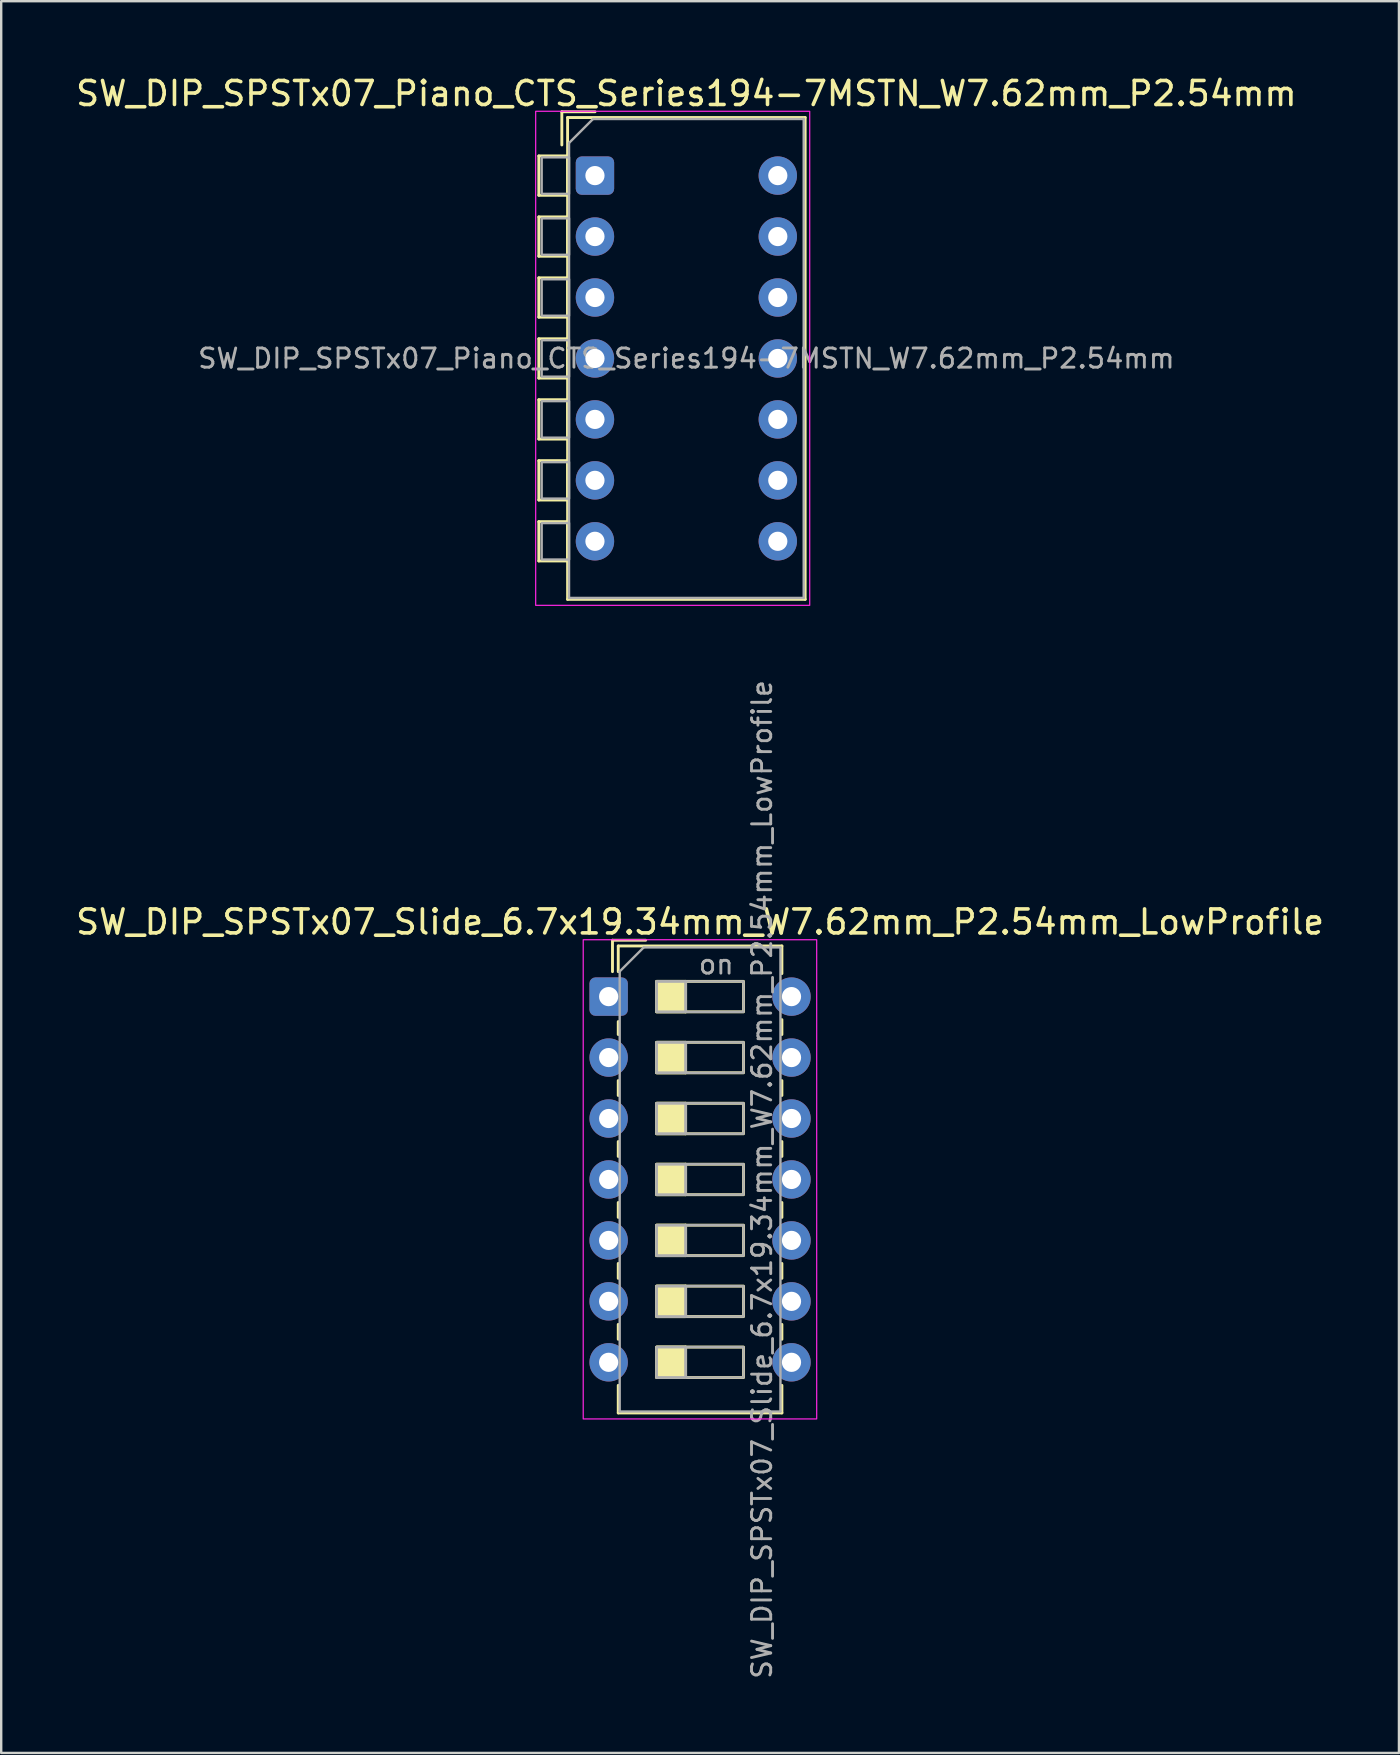
<source format=kicad_pcb>
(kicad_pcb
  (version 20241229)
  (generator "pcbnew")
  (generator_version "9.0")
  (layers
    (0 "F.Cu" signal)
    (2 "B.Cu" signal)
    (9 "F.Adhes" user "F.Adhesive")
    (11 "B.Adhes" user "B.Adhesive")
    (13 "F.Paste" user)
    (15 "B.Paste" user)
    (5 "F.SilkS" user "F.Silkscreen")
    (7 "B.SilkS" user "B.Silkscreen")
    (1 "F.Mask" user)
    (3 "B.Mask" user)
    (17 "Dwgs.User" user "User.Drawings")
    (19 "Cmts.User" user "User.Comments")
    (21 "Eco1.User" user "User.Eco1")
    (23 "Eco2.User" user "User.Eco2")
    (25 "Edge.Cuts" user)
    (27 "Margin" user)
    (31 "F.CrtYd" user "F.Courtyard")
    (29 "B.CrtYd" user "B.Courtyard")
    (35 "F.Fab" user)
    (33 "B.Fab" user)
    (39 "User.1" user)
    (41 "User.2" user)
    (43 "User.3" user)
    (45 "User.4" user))
  (footprint "SW_DIP_SPSTx07_Slide_6.7x19.34mm_W7.62mm_P2.54mm_LowProfile"
    (layer "F.Cu")
    (at 22.315 38.483)
    (property "Reference" "SW_DIP_SPSTx07_Slide_6.7x19.34mm_W7.62mm_P2.54mm_LowProfile" (at 3.81 -3.11 0) (layer "F.SilkS") (effects (font (size 1 1) (thickness 0.15))))
    (attr through_hole)
    (fp_line (start 0.16 -2.35) (end 0.16 -1.04) (stroke (width 0.12) (type solid)) (layer "F.SilkS"))
    (fp_line (start 0.16 -2.35) (end 1.543 -2.35) (stroke (width 0.12) (type solid)) (layer "F.SilkS"))
    (fp_line (start 0.4 -2.11) (end 0.4 -1.04) (stroke (width 0.12) (type solid)) (layer "F.SilkS"))
    (fp_line (start 0.4 -2.11) (end 7.22 -2.11) (stroke (width 0.12) (type solid)) (layer "F.SilkS"))
    (fp_line (start 0.4 1.04) (end 0.4 1.58) (stroke (width 0.12) (type solid)) (layer "F.SilkS"))
    (fp_line (start 0.4 3.5) (end 0.4 4.12) (stroke (width 0.12) (type solid)) (layer "F.SilkS"))
    (fp_line (start 0.4 6.04) (end 0.4 6.66) (stroke (width 0.12) (type solid)) (layer "F.SilkS"))
    (fp_line (start 0.4 8.58) (end 0.4 9.2) (stroke (width 0.12) (type solid)) (layer "F.SilkS"))
    (fp_line (start 0.4 11.12) (end 0.4 11.74) (stroke (width 0.12) (type solid)) (layer "F.SilkS"))
    (fp_line (start 0.4 13.66) (end 0.4 14.28) (stroke (width 0.12) (type solid)) (layer "F.SilkS"))
    (fp_line (start 0.4 16.2) (end 0.4 17.35) (stroke (width 0.12) (type solid)) (layer "F.SilkS"))
    (fp_line (start 0.4 17.35) (end 7.22 17.35) (stroke (width 0.12) (type solid)) (layer "F.SilkS"))
    (fp_line (start 3.207 -0.635) (end 3.207 0.635) (stroke (width 0.12) (type solid)) (layer "F.SilkS"))
    (fp_line (start 3.207 1.905) (end 3.207 3.175) (stroke (width 0.12) (type solid)) (layer "F.SilkS"))
    (fp_line (start 3.207 4.445) (end 3.207 5.715) (stroke (width 0.12) (type solid)) (layer "F.SilkS"))
    (fp_line (start 3.207 6.985) (end 3.207 8.255) (stroke (width 0.12) (type solid)) (layer "F.SilkS"))
    (fp_line (start 3.207 9.525) (end 3.207 10.795) (stroke (width 0.12) (type solid)) (layer "F.SilkS"))
    (fp_line (start 3.207 12.065) (end 3.207 13.335) (stroke (width 0.12) (type solid)) (layer "F.SilkS"))
    (fp_line (start 3.207 14.605) (end 3.207 15.875) (stroke (width 0.12) (type solid)) (layer "F.SilkS"))
    (fp_line (start 7.22 -2.11) (end 7.22 -0.96) (stroke (width 0.12) (type solid)) (layer "F.SilkS"))
    (fp_line (start 7.22 0.96) (end 7.22 1.58) (stroke (width 0.12) (type solid)) (layer "F.SilkS"))
    (fp_line (start 7.22 3.5) (end 7.22 4.12) (stroke (width 0.12) (type solid)) (layer "F.SilkS"))
    (fp_line (start 7.22 6.04) (end 7.22 6.66) (stroke (width 0.12) (type solid)) (layer "F.SilkS"))
    (fp_line (start 7.22 8.58) (end 7.22 9.2) (stroke (width 0.12) (type solid)) (layer "F.SilkS"))
    (fp_line (start 7.22 11.12) (end 7.22 11.74) (stroke (width 0.12) (type solid)) (layer "F.SilkS"))
    (fp_line (start 7.22 13.66) (end 7.22 14.28) (stroke (width 0.12) (type solid)) (layer "F.SilkS"))
    (fp_line (start 7.22 16.2) (end 7.22 17.35) (stroke (width 0.12) (type solid)) (layer "F.SilkS"))
    (fp_rect (start 2 -0.635) (end 3.207 0.635) (stroke (width 0.12) (type solid)) (fill yes) (layer "F.SilkS"))
    (fp_rect (start 2 -0.635) (end 5.62 0.635) (stroke (width 0.12) (type solid)) (fill no) (layer "F.SilkS"))
    (fp_rect (start 2 1.905) (end 3.207 3.175) (stroke (width 0.12) (type solid)) (fill yes) (layer "F.SilkS"))
    (fp_rect (start 2 1.905) (end 5.62 3.175) (stroke (width 0.12) (type solid)) (fill no) (layer "F.SilkS"))
    (fp_rect (start 2 4.445) (end 3.207 5.715) (stroke (width 0.12) (type solid)) (fill yes) (layer "F.SilkS"))
    (fp_rect (start 2 4.445) (end 5.62 5.715) (stroke (width 0.12) (type solid)) (fill no) (layer "F.SilkS"))
    (fp_rect (start 2 6.985) (end 3.207 8.255) (stroke (width 0.12) (type solid)) (fill yes) (layer "F.SilkS"))
    (fp_rect (start 2 6.985) (end 5.62 8.255) (stroke (width 0.12) (type solid)) (fill no) (layer "F.SilkS"))
    (fp_rect (start 2 9.525) (end 3.207 10.795) (stroke (width 0.12) (type solid)) (fill yes) (layer "F.SilkS"))
    (fp_rect (start 2 9.525) (end 5.62 10.795) (stroke (width 0.12) (type solid)) (fill no) (layer "F.SilkS"))
    (fp_rect (start 2 12.065) (end 3.207 13.335) (stroke (width 0.12) (type solid)) (fill yes) (layer "F.SilkS"))
    (fp_rect (start 2 12.065) (end 5.62 13.335) (stroke (width 0.12) (type solid)) (fill no) (layer "F.SilkS"))
    (fp_rect (start 2 14.605) (end 3.207 15.875) (stroke (width 0.12) (type solid)) (fill yes) (layer "F.SilkS"))
    (fp_rect (start 2 14.605) (end 5.62 15.875) (stroke (width 0.12) (type solid)) (fill no) (layer "F.SilkS"))
    (fp_rect (start -1.06 -2.37) (end 8.67 17.6) (stroke (width 0.05) (type solid)) (fill no) (layer "F.CrtYd"))
    (fp_line (start 0.46 -1.05) (end 1.46 -2.05) (stroke (width 0.1) (type solid)) (layer "F.Fab"))
    (fp_line (start 0.46 17.29) (end 0.46 -1.05) (stroke (width 0.1) (type solid)) (layer "F.Fab"))
    (fp_line (start 1.46 -2.05) (end 7.16 -2.05) (stroke (width 0.1) (type solid)) (layer "F.Fab"))
    (fp_line (start 3.207 -0.635) (end 3.207 0.635) (stroke (width 0.1) (type solid)) (layer "F.Fab"))
    (fp_line (start 3.207 1.905) (end 3.207 3.175) (stroke (width 0.1) (type solid)) (layer "F.Fab"))
    (fp_line (start 3.207 4.445) (end 3.207 5.715) (stroke (width 0.1) (type solid)) (layer "F.Fab"))
    (fp_line (start 3.207 6.985) (end 3.207 8.255) (stroke (width 0.1) (type solid)) (layer "F.Fab"))
    (fp_line (start 3.207 9.525) (end 3.207 10.795) (stroke (width 0.1) (type solid)) (layer "F.Fab"))
    (fp_line (start 3.207 12.065) (end 3.207 13.335) (stroke (width 0.1) (type solid)) (layer "F.Fab"))
    (fp_line (start 3.207 14.605) (end 3.207 15.875) (stroke (width 0.1) (type solid)) (layer "F.Fab"))
    (fp_line (start 7.16 -2.05) (end 7.16 17.29) (stroke (width 0.1) (type solid)) (layer "F.Fab"))
    (fp_line (start 7.16 17.29) (end 0.46 17.29) (stroke (width 0.1) (type solid)) (layer "F.Fab"))
    (fp_rect (start 2 -0.635) (end 3.207 0.635) (stroke (width 0.1) (type solid)) (fill no) (layer "F.Fab"))
    (fp_rect (start 2 -0.635) (end 5.62 0.635) (stroke (width 0.1) (type solid)) (fill no) (layer "F.Fab"))
    (fp_rect (start 2 1.905) (end 3.207 3.175) (stroke (width 0.1) (type solid)) (fill no) (layer "F.Fab"))
    (fp_rect (start 2 1.905) (end 5.62 3.175) (stroke (width 0.1) (type solid)) (fill no) (layer "F.Fab"))
    (fp_rect (start 2 4.445) (end 3.207 5.715) (stroke (width 0.1) (type solid)) (fill no) (layer "F.Fab"))
    (fp_rect (start 2 4.445) (end 5.62 5.715) (stroke (width 0.1) (type solid)) (fill no) (layer "F.Fab"))
    (fp_rect (start 2 6.985) (end 3.207 8.255) (stroke (width 0.1) (type solid)) (fill no) (layer "F.Fab"))
    (fp_rect (start 2 6.985) (end 5.62 8.255) (stroke (width 0.1) (type solid)) (fill no) (layer "F.Fab"))
    (fp_rect (start 2 9.525) (end 3.207 10.795) (stroke (width 0.1) (type solid)) (fill no) (layer "F.Fab"))
    (fp_rect (start 2 9.525) (end 5.62 10.795) (stroke (width 0.1) (type solid)) (fill no) (layer "F.Fab"))
    (fp_rect (start 2 12.065) (end 3.207 13.335) (stroke (width 0.1) (type solid)) (fill no) (layer "F.Fab"))
    (fp_rect (start 2 12.065) (end 5.62 13.335) (stroke (width 0.1) (type solid)) (fill no) (layer "F.Fab"))
    (fp_rect (start 2 14.605) (end 3.207 15.875) (stroke (width 0.1) (type solid)) (fill no) (layer "F.Fab"))
    (fp_rect (start 2 14.605) (end 5.62 15.875) (stroke (width 0.1) (type solid)) (fill no) (layer "F.Fab"))
    (fp_text user "on" (at 4.485 -1.343 0) (layer "F.Fab") (effects (font (size 0.8 0.8) (thickness 0.12))))
    (fp_text user "${REFERENCE}" (at 6.39 7.62 90) (layer "F.Fab") (effects (font (size 0.8 0.8) (thickness 0.12))))
    (pad "1" thru_hole roundrect (at 0 0) (size 1.6 1.6) (drill 0.8) (layers "*.Cu" "*.Mask") (roundrect_rratio 0.156))
    (pad "2" thru_hole circle (at 0 2.54) (size 1.6 1.6) (drill 0.8) (layers "*.Cu" "*.Mask"))
    (pad "3" thru_hole circle (at 0 5.08) (size 1.6 1.6) (drill 0.8) (layers "*.Cu" "*.Mask"))
    (pad "4" thru_hole circle (at 0 7.62) (size 1.6 1.6) (drill 0.8) (layers "*.Cu" "*.Mask"))
    (pad "5" thru_hole circle (at 0 10.16) (size 1.6 1.6) (drill 0.8) (layers "*.Cu" "*.Mask"))
    (pad "6" thru_hole circle (at 0 12.7) (size 1.6 1.6) (drill 0.8) (layers "*.Cu" "*.Mask"))
    (pad "7" thru_hole circle (at 0 15.24) (size 1.6 1.6) (drill 0.8) (layers "*.Cu" "*.Mask"))
    (pad "8" thru_hole circle (at 7.62 15.24) (size 1.6 1.6) (drill 0.8) (layers "*.Cu" "*.Mask"))
    (pad "9" thru_hole circle (at 7.62 12.7) (size 1.6 1.6) (drill 0.8) (layers "*.Cu" "*.Mask"))
    (pad "10" thru_hole circle (at 7.62 10.16) (size 1.6 1.6) (drill 0.8) (layers "*.Cu" "*.Mask"))
    (pad "11" thru_hole circle (at 7.62 7.62) (size 1.6 1.6) (drill 0.8) (layers "*.Cu" "*.Mask"))
    (pad "12" thru_hole circle (at 7.62 5.08) (size 1.6 1.6) (drill 0.8) (layers "*.Cu" "*.Mask"))
    (pad "13" thru_hole circle (at 7.62 2.54) (size 1.6 1.6) (drill 0.8) (layers "*.Cu" "*.Mask"))
    (pad "14" thru_hole circle (at 7.62 0) (size 1.6 1.6) (drill 0.8) (layers "*.Cu" "*.Mask")))
  (footprint "SW_DIP_SPSTx07_Piano_CTS_Series194-7MSTN_W7.62mm_P2.54mm"
    (layer "F.Cu")
    (at 21.744 4.268)
    (property "Reference" "SW_DIP_SPSTx07_Piano_CTS_Series194-7MSTN_W7.62mm_P2.54mm" (at 3.81 -3.42 0) (layer "F.SilkS") (effects (font (size 1 1) (thickness 0.15))))
    (attr through_hole)
    (fp_line (start -2.34 -0.82) (end -1.14 -0.82) (stroke (width 0.12) (type solid)) (layer "F.SilkS"))
    (fp_line (start -2.34 0.82) (end -2.34 -0.82) (stroke (width 0.12) (type solid)) (layer "F.SilkS"))
    (fp_line (start -2.34 1.72) (end -1.14 1.72) (stroke (width 0.12) (type solid)) (layer "F.SilkS"))
    (fp_line (start -2.34 3.36) (end -2.34 1.72) (stroke (width 0.12) (type solid)) (layer "F.SilkS"))
    (fp_line (start -2.34 4.26) (end -1.14 4.26) (stroke (width 0.12) (type solid)) (layer "F.SilkS"))
    (fp_line (start -2.34 5.9) (end -2.34 4.26) (stroke (width 0.12) (type solid)) (layer "F.SilkS"))
    (fp_line (start -2.34 6.8) (end -1.14 6.8) (stroke (width 0.12) (type solid)) (layer "F.SilkS"))
    (fp_line (start -2.34 8.44) (end -2.34 6.8) (stroke (width 0.12) (type solid)) (layer "F.SilkS"))
    (fp_line (start -2.34 9.34) (end -1.14 9.34) (stroke (width 0.12) (type solid)) (layer "F.SilkS"))
    (fp_line (start -2.34 10.98) (end -2.34 9.34) (stroke (width 0.12) (type solid)) (layer "F.SilkS"))
    (fp_line (start -2.34 11.88) (end -1.14 11.88) (stroke (width 0.12) (type solid)) (layer "F.SilkS"))
    (fp_line (start -2.34 13.52) (end -2.34 11.88) (stroke (width 0.12) (type solid)) (layer "F.SilkS"))
    (fp_line (start -2.34 14.42) (end -1.14 14.42) (stroke (width 0.12) (type solid)) (layer "F.SilkS"))
    (fp_line (start -2.34 16.06) (end -2.34 14.42) (stroke (width 0.12) (type solid)) (layer "F.SilkS"))
    (fp_line (start -1.38 -2.66) (end -1.38 -1.277) (stroke (width 0.12) (type solid)) (layer "F.SilkS"))
    (fp_line (start -1.38 -2.66) (end 0.003 -2.66) (stroke (width 0.12) (type solid)) (layer "F.SilkS"))
    (fp_line (start -1.14 -2.42) (end -1.14 17.66) (stroke (width 0.12) (type solid)) (layer "F.SilkS"))
    (fp_line (start -1.14 -2.42) (end 8.76 -2.42) (stroke (width 0.12) (type solid)) (layer "F.SilkS"))
    (fp_line (start -1.14 -0.82) (end -1.14 0.82) (stroke (width 0.12) (type solid)) (layer "F.SilkS"))
    (fp_line (start -1.14 0.82) (end -2.34 0.82) (stroke (width 0.12) (type solid)) (layer "F.SilkS"))
    (fp_line (start -1.14 1.72) (end -1.14 3.36) (stroke (width 0.12) (type solid)) (layer "F.SilkS"))
    (fp_line (start -1.14 3.36) (end -2.34 3.36) (stroke (width 0.12) (type solid)) (layer "F.SilkS"))
    (fp_line (start -1.14 4.26) (end -1.14 5.9) (stroke (width 0.12) (type solid)) (layer "F.SilkS"))
    (fp_line (start -1.14 5.9) (end -2.34 5.9) (stroke (width 0.12) (type solid)) (layer "F.SilkS"))
    (fp_line (start -1.14 6.8) (end -1.14 8.44) (stroke (width 0.12) (type solid)) (layer "F.SilkS"))
    (fp_line (start -1.14 8.44) (end -2.34 8.44) (stroke (width 0.12) (type solid)) (layer "F.SilkS"))
    (fp_line (start -1.14 9.34) (end -1.14 10.98) (stroke (width 0.12) (type solid)) (layer "F.SilkS"))
    (fp_line (start -1.14 10.98) (end -2.34 10.98) (stroke (width 0.12) (type solid)) (layer "F.SilkS"))
    (fp_line (start -1.14 11.88) (end -1.14 13.52) (stroke (width 0.12) (type solid)) (layer "F.SilkS"))
    (fp_line (start -1.14 13.52) (end -2.34 13.52) (stroke (width 0.12) (type solid)) (layer "F.SilkS"))
    (fp_line (start -1.14 14.42) (end -1.14 16.06) (stroke (width 0.12) (type solid)) (layer "F.SilkS"))
    (fp_line (start -1.14 16.06) (end -2.34 16.06) (stroke (width 0.12) (type solid)) (layer "F.SilkS"))
    (fp_line (start -1.14 17.66) (end 8.76 17.66) (stroke (width 0.12) (type solid)) (layer "F.SilkS"))
    (fp_line (start 8.76 -2.42) (end 8.76 17.66) (stroke (width 0.12) (type solid)) (layer "F.SilkS"))
    (fp_rect (start -2.47 -2.68) (end 8.95 17.91) (stroke (width 0.05) (type solid)) (fill no) (layer "F.CrtYd"))
    (fp_line (start -1.08 -1.36) (end -0.08 -2.36) (stroke (width 0.1) (type solid)) (layer "F.Fab"))
    (fp_line (start -1.08 17.6) (end -1.08 -1.36) (stroke (width 0.1) (type solid)) (layer "F.Fab"))
    (fp_line (start -0.08 -2.36) (end 8.7 -2.36) (stroke (width 0.1) (type solid)) (layer "F.Fab"))
    (fp_line (start 8.7 -2.36) (end 8.7 17.6) (stroke (width 0.1) (type solid)) (layer "F.Fab"))
    (fp_line (start 8.7 17.6) (end -1.08 17.6) (stroke (width 0.1) (type solid)) (layer "F.Fab"))
    (fp_rect (start -2.22 -0.76) (end -1.08 0.76) (stroke (width 0.1) (type solid)) (fill no) (layer "F.Fab"))
    (fp_rect (start -2.22 1.78) (end -1.08 3.3) (stroke (width 0.1) (type solid)) (fill no) (layer "F.Fab"))
    (fp_rect (start -2.22 4.32) (end -1.08 5.84) (stroke (width 0.1) (type solid)) (fill no) (layer "F.Fab"))
    (fp_rect (start -2.22 6.86) (end -1.08 8.38) (stroke (width 0.1) (type solid)) (fill no) (layer "F.Fab"))
    (fp_rect (start -2.22 9.4) (end -1.08 10.92) (stroke (width 0.1) (type solid)) (fill no) (layer "F.Fab"))
    (fp_rect (start -2.22 11.94) (end -1.08 13.46) (stroke (width 0.1) (type solid)) (fill no) (layer "F.Fab"))
    (fp_rect (start -2.22 14.48) (end -1.08 16) (stroke (width 0.1) (type solid)) (fill no) (layer "F.Fab"))
    (fp_text user "${REFERENCE}" (at 3.81 7.62 0) (layer "F.Fab") (effects (font (size 0.8 0.8) (thickness 0.12))))
    (pad "1" thru_hole roundrect (at 0 0) (size 1.6 1.6) (drill 0.8) (layers "*.Cu" "*.Mask") (roundrect_rratio 0.156))
    (pad "2" thru_hole circle (at 0 2.54) (size 1.6 1.6) (drill 0.8) (layers "*.Cu" "*.Mask"))
    (pad "3" thru_hole circle (at 0 5.08) (size 1.6 1.6) (drill 0.8) (layers "*.Cu" "*.Mask"))
    (pad "4" thru_hole circle (at 0 7.62) (size 1.6 1.6) (drill 0.8) (layers "*.Cu" "*.Mask"))
    (pad "5" thru_hole circle (at 0 10.16) (size 1.6 1.6) (drill 0.8) (layers "*.Cu" "*.Mask"))
    (pad "6" thru_hole circle (at 0 12.7) (size 1.6 1.6) (drill 0.8) (layers "*.Cu" "*.Mask"))
    (pad "7" thru_hole circle (at 0 15.24) (size 1.6 1.6) (drill 0.8) (layers "*.Cu" "*.Mask"))
    (pad "8" thru_hole circle (at 7.62 15.24) (size 1.6 1.6) (drill 0.8) (layers "*.Cu" "*.Mask"))
    (pad "9" thru_hole circle (at 7.62 12.7) (size 1.6 1.6) (drill 0.8) (layers "*.Cu" "*.Mask"))
    (pad "10" thru_hole circle (at 7.62 10.16) (size 1.6 1.6) (drill 0.8) (layers "*.Cu" "*.Mask"))
    (pad "11" thru_hole circle (at 7.62 7.62) (size 1.6 1.6) (drill 0.8) (layers "*.Cu" "*.Mask"))
    (pad "12" thru_hole circle (at 7.62 5.08) (size 1.6 1.6) (drill 0.8) (layers "*.Cu" "*.Mask"))
    (pad "13" thru_hole circle (at 7.62 2.54) (size 1.6 1.6) (drill 0.8) (layers "*.Cu" "*.Mask"))
    (pad "14" thru_hole circle (at 7.62 0) (size 1.6 1.6) (drill 0.8) (layers "*.Cu" "*.Mask")))
  (gr_rect
    (start -3 -3)
    (end 55.25 70.003)
    (stroke (width 0.1) (type default))
    (fill no)
    (layer "Edge.Cuts")))
</source>
